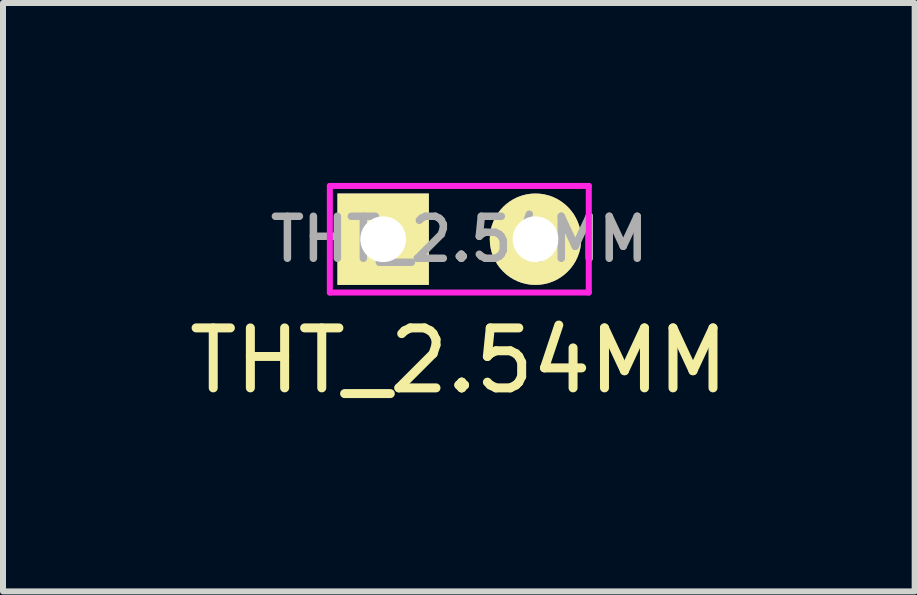
<source format=kicad_pcb>
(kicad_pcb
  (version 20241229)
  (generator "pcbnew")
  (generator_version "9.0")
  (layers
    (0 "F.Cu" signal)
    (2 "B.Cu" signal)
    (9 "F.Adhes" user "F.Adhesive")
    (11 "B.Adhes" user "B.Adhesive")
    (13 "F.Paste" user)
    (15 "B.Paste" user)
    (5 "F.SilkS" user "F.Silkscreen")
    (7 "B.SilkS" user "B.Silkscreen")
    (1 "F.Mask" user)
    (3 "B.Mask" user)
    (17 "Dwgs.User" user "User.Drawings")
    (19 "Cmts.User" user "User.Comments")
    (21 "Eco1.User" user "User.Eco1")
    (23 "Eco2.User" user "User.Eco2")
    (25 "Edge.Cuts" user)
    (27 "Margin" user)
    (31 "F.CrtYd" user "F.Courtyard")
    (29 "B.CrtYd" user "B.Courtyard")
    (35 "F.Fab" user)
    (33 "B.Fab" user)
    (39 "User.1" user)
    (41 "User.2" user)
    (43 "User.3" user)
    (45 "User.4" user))
  (footprint "THT_2.54MM"
    (layer "F.Cu")
    (at 4.609 0.939)
    (property "Reference" "THT_2.54MM" (at -0.008 2.024 0) (layer "F.SilkS") (effects (font (size 1 1) (thickness 0.15))))
    (attr through_hole)
    (fp_line (start -2.159 -0.889) (end 2.159 -0.889) (stroke (width 0.1) (type solid)) (layer "F.CrtYd"))
    (fp_line (start -2.159 0.889) (end -2.159 -0.889) (stroke (width 0.1) (type solid)) (layer "F.CrtYd"))
    (fp_line (start 2.159 -0.889) (end 2.159 0.889) (stroke (width 0.1) (type solid)) (layer "F.CrtYd"))
    (fp_line (start 2.159 0.889) (end -2.159 0.889) (stroke (width 0.1) (type solid)) (layer "F.CrtYd"))
    (fp_text user "${REFERENCE}" (at 0 0 0) (layer "F.Fab") (effects (font (size 0.7 0.7) (thickness 0.125))))
    (pad "1" thru_hole rect (at -1.27 0) (size 1.524 1.524) (drill 0.762) (layers "*.Cu" "*.Mask" "F.SilkS"))
    (pad "2" thru_hole circle (at 1.27 0) (size 1.524 1.524) (drill 0.762) (layers "*.Cu" "*.Mask" "F.SilkS")))
  (gr_rect
    (start -3 -3)
    (end 12.202 6.812)
    (stroke (width 0.1) (type default))
    (fill no)
    (layer "Edge.Cuts")))
</source>
